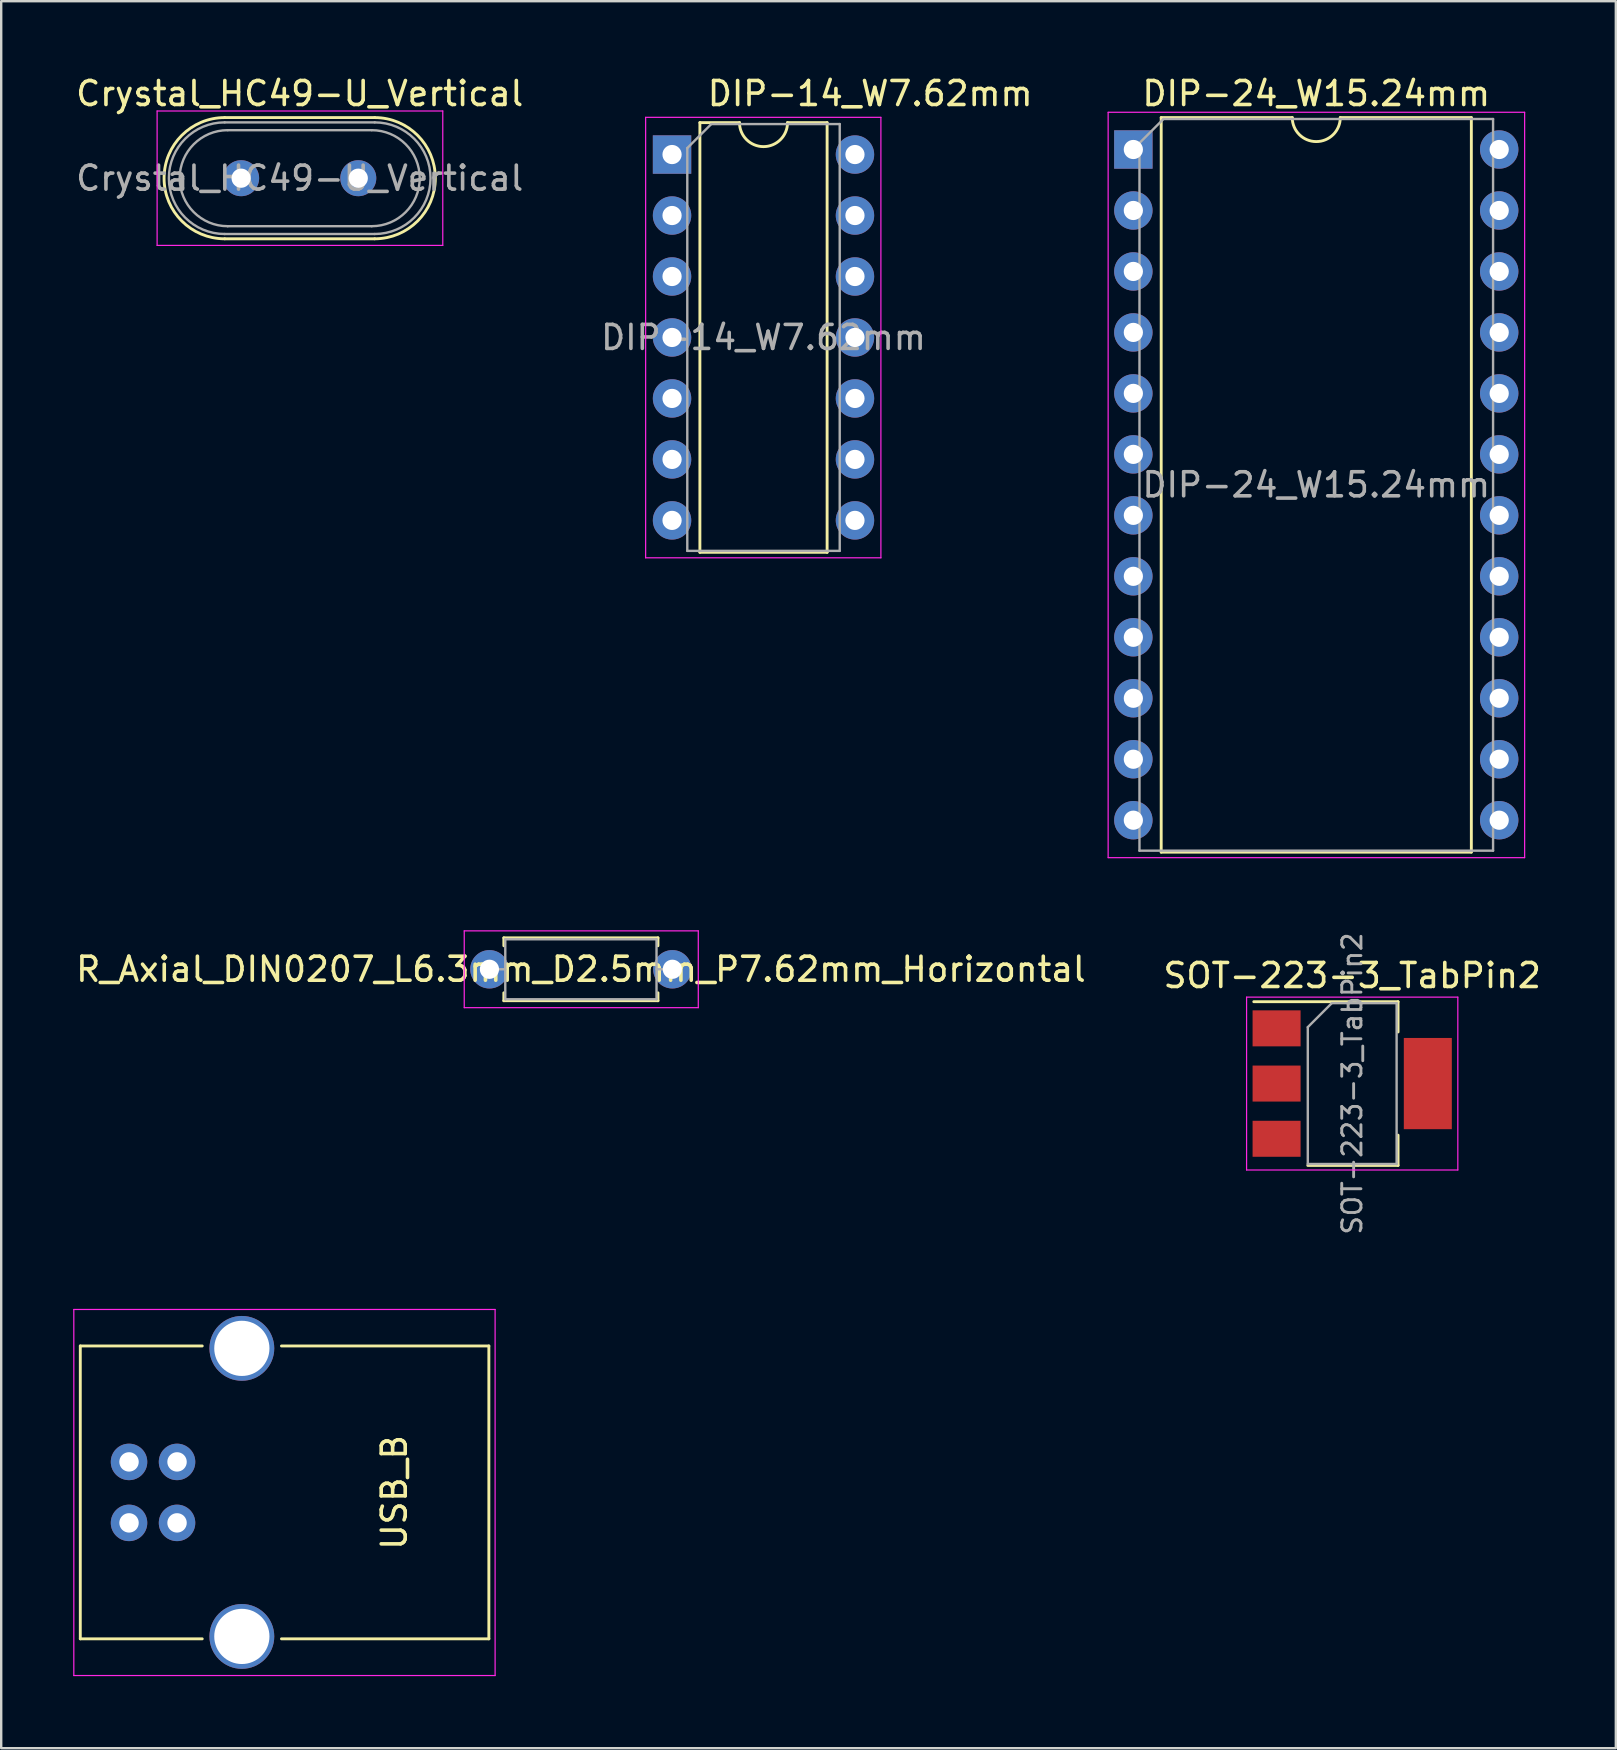
<source format=kicad_pcb>
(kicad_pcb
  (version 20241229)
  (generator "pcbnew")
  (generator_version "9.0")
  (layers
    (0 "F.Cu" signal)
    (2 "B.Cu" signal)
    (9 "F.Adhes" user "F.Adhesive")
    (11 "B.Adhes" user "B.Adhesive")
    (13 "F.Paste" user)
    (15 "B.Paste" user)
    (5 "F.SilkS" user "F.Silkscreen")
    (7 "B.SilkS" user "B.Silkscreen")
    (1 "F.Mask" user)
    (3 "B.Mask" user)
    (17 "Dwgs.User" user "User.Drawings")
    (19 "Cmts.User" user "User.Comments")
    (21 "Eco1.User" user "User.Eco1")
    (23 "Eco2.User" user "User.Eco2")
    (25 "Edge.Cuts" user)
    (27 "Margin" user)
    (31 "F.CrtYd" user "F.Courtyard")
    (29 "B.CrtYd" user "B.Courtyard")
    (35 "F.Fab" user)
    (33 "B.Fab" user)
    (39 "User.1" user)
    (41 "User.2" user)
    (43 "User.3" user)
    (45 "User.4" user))
  (footprint "R_Axial_DIN0207_L6.3mm_D2.5mm_P7.62mm_Horizontal"
    (layer "F.Cu")
    (at 17.339 37.328)
    (property "Reference" "R_Axial_DIN0207_L6.3mm_D2.5mm_P7.62mm_Horizontal" (at 3.81 0 0) (layer "F.SilkS") (effects (font (size 1 1) (thickness 0.15))))
    (attr through_hole)
    (fp_line (start 0.6 -1.31) (end 7.02 -1.31) (stroke (width 0.12) (type solid)) (layer "F.SilkS"))
    (fp_line (start 0.6 -0.98) (end 0.6 -1.31) (stroke (width 0.12) (type solid)) (layer "F.SilkS"))
    (fp_line (start 0.6 0.98) (end 0.6 1.31) (stroke (width 0.12) (type solid)) (layer "F.SilkS"))
    (fp_line (start 0.6 1.31) (end 7.02 1.31) (stroke (width 0.12) (type solid)) (layer "F.SilkS"))
    (fp_line (start 7.02 -1.31) (end 7.02 -0.98) (stroke (width 0.12) (type solid)) (layer "F.SilkS"))
    (fp_line (start 7.02 1.31) (end 7.02 0.98) (stroke (width 0.12) (type solid)) (layer "F.SilkS"))
    (fp_line (start -1.05 -1.6) (end -1.05 1.6) (stroke (width 0.05) (type solid)) (layer "F.CrtYd"))
    (fp_line (start -1.05 1.6) (end 8.7 1.6) (stroke (width 0.05) (type solid)) (layer "F.CrtYd"))
    (fp_line (start 8.7 -1.6) (end -1.05 -1.6) (stroke (width 0.05) (type solid)) (layer "F.CrtYd"))
    (fp_line (start 8.7 1.6) (end 8.7 -1.6) (stroke (width 0.05) (type solid)) (layer "F.CrtYd"))
    (fp_line (start 0 0) (end 0.66 0) (stroke (width 0.1) (type solid)) (layer "F.Fab"))
    (fp_line (start 0.66 -1.25) (end 0.66 1.25) (stroke (width 0.1) (type solid)) (layer "F.Fab"))
    (fp_line (start 0.66 1.25) (end 6.96 1.25) (stroke (width 0.1) (type solid)) (layer "F.Fab"))
    (fp_line (start 6.96 -1.25) (end 0.66 -1.25) (stroke (width 0.1) (type solid)) (layer "F.Fab"))
    (fp_line (start 6.96 1.25) (end 6.96 -1.25) (stroke (width 0.1) (type solid)) (layer "F.Fab"))
    (fp_line (start 7.62 0) (end 6.96 0) (stroke (width 0.1) (type solid)) (layer "F.Fab"))
    (pad "1" thru_hole circle (at 0 0) (size 1.6 1.6) (drill 0.8) (layers "*.Cu" "*.Mask"))
    (pad "2" thru_hole oval (at 7.62 0) (size 1.6 1.6) (drill 0.8) (layers "*.Cu" "*.Mask")))
  (footprint "DIP-14_W7.62mm"
    (layer "F.Cu")
    (at 24.946 3.388)
    (property "Reference" "DIP-14_W7.62mm" (at 8.255 -2.54 0) (layer "F.SilkS") (effects (font (size 1 1) (thickness 0.15))))
    (attr through_hole)
    (fp_line (start 1.16 -1.33) (end 1.16 16.57) (stroke (width 0.12) (type solid)) (layer "F.SilkS"))
    (fp_line (start 1.16 16.57) (end 6.46 16.57) (stroke (width 0.12) (type solid)) (layer "F.SilkS"))
    (fp_line (start 2.81 -1.33) (end 1.16 -1.33) (stroke (width 0.12) (type solid)) (layer "F.SilkS"))
    (fp_line (start 6.46 -1.33) (end 4.81 -1.33) (stroke (width 0.12) (type solid)) (layer "F.SilkS"))
    (fp_line (start 6.46 16.57) (end 6.46 -1.33) (stroke (width 0.12) (type solid)) (layer "F.SilkS"))
    (fp_arc (start 4.81 -1.33) (mid 3.81 -0.33) (end 2.81 -1.33) (stroke (width 0.12) (type solid)) (layer "F.SilkS"))
    (fp_line (start -1.1 -1.55) (end -1.1 16.8) (stroke (width 0.05) (type solid)) (layer "F.CrtYd"))
    (fp_line (start -1.1 16.8) (end 8.7 16.8) (stroke (width 0.05) (type solid)) (layer "F.CrtYd"))
    (fp_line (start 8.7 -1.55) (end -1.1 -1.55) (stroke (width 0.05) (type solid)) (layer "F.CrtYd"))
    (fp_line (start 8.7 16.8) (end 8.7 -1.55) (stroke (width 0.05) (type solid)) (layer "F.CrtYd"))
    (fp_line (start 0.635 -0.27) (end 1.635 -1.27) (stroke (width 0.1) (type solid)) (layer "F.Fab"))
    (fp_line (start 0.635 16.51) (end 0.635 -0.27) (stroke (width 0.1) (type solid)) (layer "F.Fab"))
    (fp_line (start 1.635 -1.27) (end 6.985 -1.27) (stroke (width 0.1) (type solid)) (layer "F.Fab"))
    (fp_line (start 6.985 -1.27) (end 6.985 16.51) (stroke (width 0.1) (type solid)) (layer "F.Fab"))
    (fp_line (start 6.985 16.51) (end 0.635 16.51) (stroke (width 0.1) (type solid)) (layer "F.Fab"))
    (fp_text user "${REFERENCE}" (at 3.81 7.62 0) (layer "F.Fab") (effects (font (size 1 1) (thickness 0.15))))
    (pad "1" thru_hole rect (at 0 0) (size 1.6 1.6) (drill 0.8) (layers "*.Cu" "*.Mask"))
    (pad "2" thru_hole oval (at 0 2.54) (size 1.6 1.6) (drill 0.8) (layers "*.Cu" "*.Mask"))
    (pad "3" thru_hole oval (at 0 5.08) (size 1.6 1.6) (drill 0.8) (layers "*.Cu" "*.Mask"))
    (pad "4" thru_hole oval (at 0 7.62) (size 1.6 1.6) (drill 0.8) (layers "*.Cu" "*.Mask"))
    (pad "5" thru_hole oval (at 0 10.16) (size 1.6 1.6) (drill 0.8) (layers "*.Cu" "*.Mask"))
    (pad "6" thru_hole oval (at 0 12.7) (size 1.6 1.6) (drill 0.8) (layers "*.Cu" "*.Mask"))
    (pad "7" thru_hole oval (at 0 15.24) (size 1.6 1.6) (drill 0.8) (layers "*.Cu" "*.Mask"))
    (pad "8" thru_hole oval (at 7.62 15.24) (size 1.6 1.6) (drill 0.8) (layers "*.Cu" "*.Mask"))
    (pad "9" thru_hole oval (at 7.62 12.7) (size 1.6 1.6) (drill 0.8) (layers "*.Cu" "*.Mask"))
    (pad "10" thru_hole oval (at 7.62 10.16) (size 1.6 1.6) (drill 0.8) (layers "*.Cu" "*.Mask"))
    (pad "11" thru_hole oval (at 7.62 7.62) (size 1.6 1.6) (drill 0.8) (layers "*.Cu" "*.Mask"))
    (pad "12" thru_hole oval (at 7.62 5.08) (size 1.6 1.6) (drill 0.8) (layers "*.Cu" "*.Mask"))
    (pad "13" thru_hole oval (at 7.62 2.54) (size 1.6 1.6) (drill 0.8) (layers "*.Cu" "*.Mask"))
    (pad "14" thru_hole oval (at 7.62 0) (size 1.6 1.6) (drill 0.8) (layers "*.Cu" "*.Mask")))
  (footprint "Crystal_HC49-U_Vertical"
    (layer "F.Cu")
    (at 6.995 4.373)
    (property "Reference" "Crystal_HC49-U_Vertical" (at 2.44 -3.525 0) (layer "F.SilkS") (effects (font (size 1 1) (thickness 0.15))))
    (attr through_hole)
    (fp_line (start -0.685 -2.525) (end 5.565 -2.525) (stroke (width 0.12) (type solid)) (layer "F.SilkS"))
    (fp_line (start -0.685 2.525) (end 5.565 2.525) (stroke (width 0.12) (type solid)) (layer "F.SilkS"))
    (fp_arc (start -0.685 2.525) (mid -3.21 0) (end -0.685 -2.525) (stroke (width 0.12) (type solid)) (layer "F.SilkS"))
    (fp_arc (start 5.565 -2.525) (mid 8.09 0) (end 5.565 2.525) (stroke (width 0.12) (type solid)) (layer "F.SilkS"))
    (fp_line (start -3.5 -2.8) (end -3.5 2.8) (stroke (width 0.05) (type solid)) (layer "F.CrtYd"))
    (fp_line (start -3.5 2.8) (end 8.4 2.8) (stroke (width 0.05) (type solid)) (layer "F.CrtYd"))
    (fp_line (start 8.4 -2.8) (end -3.5 -2.8) (stroke (width 0.05) (type solid)) (layer "F.CrtYd"))
    (fp_line (start 8.4 2.8) (end 8.4 -2.8) (stroke (width 0.05) (type solid)) (layer "F.CrtYd"))
    (fp_line (start -0.685 -2.325) (end 5.565 -2.325) (stroke (width 0.1) (type solid)) (layer "F.Fab"))
    (fp_line (start -0.685 2.325) (end 5.565 2.325) (stroke (width 0.1) (type solid)) (layer "F.Fab"))
    (fp_line (start -0.56 -2) (end 5.44 -2) (stroke (width 0.1) (type solid)) (layer "F.Fab"))
    (fp_line (start -0.56 2) (end 5.44 2) (stroke (width 0.1) (type solid)) (layer "F.Fab"))
    (fp_arc (start -0.685 2.325) (mid -3.01 0) (end -0.685 -2.325) (stroke (width 0.1) (type solid)) (layer "F.Fab"))
    (fp_arc (start -0.56 2) (mid -2.56 0) (end -0.56 -2) (stroke (width 0.1) (type solid)) (layer "F.Fab"))
    (fp_arc (start 5.44 -2) (mid 7.44 0) (end 5.44 2) (stroke (width 0.1) (type solid)) (layer "F.Fab"))
    (fp_arc (start 5.565 -2.325) (mid 7.89 0) (end 5.565 2.325) (stroke (width 0.1) (type solid)) (layer "F.Fab"))
    (fp_text user "${REFERENCE}" (at 2.44 0 0) (layer "F.Fab") (effects (font (size 1 1) (thickness 0.15))))
    (pad "1" thru_hole circle (at 0 0) (size 1.5 1.5) (drill 0.8) (layers "*.Cu" "*.Mask"))
    (pad "2" thru_hole circle (at 4.88 0) (size 1.5 1.5) (drill 0.8) (layers "*.Cu" "*.Mask")))
  (footprint "USB_B"
    (layer "F.Cu")
    (at 2.325 57.85)
    (property "Reference" "USB_B" (at 11.05 1.27 90) (layer "F.SilkS") (effects (font (size 1 1) (thickness 0.15))))
    (attr through_hole)
    (fp_line (start -2.03 -4.83) (end 3.05 -4.83) (stroke (width 0.12) (type solid)) (layer "F.SilkS"))
    (fp_line (start -2.03 7.37) (end -2.03 -4.83) (stroke (width 0.12) (type solid)) (layer "F.SilkS"))
    (fp_line (start -2.03 7.37) (end 3.05 7.37) (stroke (width 0.12) (type solid)) (layer "F.SilkS"))
    (fp_line (start 6.35 -4.83) (end 14.99 -4.83) (stroke (width 0.12) (type solid)) (layer "F.SilkS"))
    (fp_line (start 6.35 7.37) (end 14.99 7.37) (stroke (width 0.12) (type solid)) (layer "F.SilkS"))
    (fp_line (start 14.99 -4.83) (end 14.99 7.37) (stroke (width 0.12) (type solid)) (layer "F.SilkS"))
    (fp_line (start -2.3 -6.35) (end 15.25 -6.35) (stroke (width 0.05) (type solid)) (layer "F.CrtYd"))
    (fp_line (start -2.3 8.9) (end -2.3 -6.35) (stroke (width 0.05) (type solid)) (layer "F.CrtYd"))
    (fp_line (start 15.25 -6.35) (end 15.25 8.9) (stroke (width 0.05) (type solid)) (layer "F.CrtYd"))
    (fp_line (start 15.25 8.9) (end -2.3 8.9) (stroke (width 0.05) (type solid)) (layer "F.CrtYd"))
    (pad "1" thru_hole circle (at 0 0 270) (size 1.52 1.52) (drill 0.81) (layers "*.Cu" "*.Mask"))
    (pad "2" thru_hole circle (at 0 2.54 270) (size 1.52 1.52) (drill 0.81) (layers "*.Cu" "*.Mask"))
    (pad "3" thru_hole circle (at 2 2.54 270) (size 1.52 1.52) (drill 0.81) (layers "*.Cu" "*.Mask"))
    (pad "4" thru_hole circle (at 2 0 270) (size 1.52 1.52) (drill 0.81) (layers "*.Cu" "*.Mask"))
    (pad "5" thru_hole circle (at 4.7 -4.73 270) (size 2.7 2.7) (drill 2.3) (layers "*.Cu" "*.Mask"))
    (pad "5" thru_hole circle (at 4.7 7.27 270) (size 2.7 2.7) (drill 2.3) (layers "*.Cu" "*.Mask")))
  (footprint "DIP-24_W15.24mm"
    (layer "F.Cu")
    (at 44.163 3.178)
    (property "Reference" "DIP-24_W15.24mm" (at 7.62 -2.33 0) (layer "F.SilkS") (effects (font (size 1 1) (thickness 0.15))))
    (attr through_hole)
    (fp_line (start 1.16 -1.33) (end 1.16 29.27) (stroke (width 0.12) (type solid)) (layer "F.SilkS"))
    (fp_line (start 1.16 29.27) (end 14.08 29.27) (stroke (width 0.12) (type solid)) (layer "F.SilkS"))
    (fp_line (start 6.62 -1.33) (end 1.16 -1.33) (stroke (width 0.12) (type solid)) (layer "F.SilkS"))
    (fp_line (start 14.08 -1.33) (end 8.62 -1.33) (stroke (width 0.12) (type solid)) (layer "F.SilkS"))
    (fp_line (start 14.08 29.27) (end 14.08 -1.33) (stroke (width 0.12) (type solid)) (layer "F.SilkS"))
    (fp_arc (start 8.62 -1.33) (mid 7.62 -0.33) (end 6.62 -1.33) (stroke (width 0.12) (type solid)) (layer "F.SilkS"))
    (fp_line (start -1.05 -1.55) (end -1.05 29.5) (stroke (width 0.05) (type solid)) (layer "F.CrtYd"))
    (fp_line (start -1.05 29.5) (end 16.3 29.5) (stroke (width 0.05) (type solid)) (layer "F.CrtYd"))
    (fp_line (start 16.3 -1.55) (end -1.05 -1.55) (stroke (width 0.05) (type solid)) (layer "F.CrtYd"))
    (fp_line (start 16.3 29.5) (end 16.3 -1.55) (stroke (width 0.05) (type solid)) (layer "F.CrtYd"))
    (fp_line (start 0.255 -0.27) (end 1.255 -1.27) (stroke (width 0.1) (type solid)) (layer "F.Fab"))
    (fp_line (start 0.255 29.21) (end 0.255 -0.27) (stroke (width 0.1) (type solid)) (layer "F.Fab"))
    (fp_line (start 1.255 -1.27) (end 14.985 -1.27) (stroke (width 0.1) (type solid)) (layer "F.Fab"))
    (fp_line (start 14.985 -1.27) (end 14.985 29.21) (stroke (width 0.1) (type solid)) (layer "F.Fab"))
    (fp_line (start 14.985 29.21) (end 0.255 29.21) (stroke (width 0.1) (type solid)) (layer "F.Fab"))
    (fp_text user "${REFERENCE}" (at 7.62 13.97 0) (layer "F.Fab") (effects (font (size 1 1) (thickness 0.15))))
    (pad "1" thru_hole rect (at 0 0) (size 1.6 1.6) (drill 0.8) (layers "*.Cu" "*.Mask"))
    (pad "2" thru_hole oval (at 0 2.54) (size 1.6 1.6) (drill 0.8) (layers "*.Cu" "*.Mask"))
    (pad "3" thru_hole oval (at 0 5.08) (size 1.6 1.6) (drill 0.8) (layers "*.Cu" "*.Mask"))
    (pad "4" thru_hole oval (at 0 7.62) (size 1.6 1.6) (drill 0.8) (layers "*.Cu" "*.Mask"))
    (pad "5" thru_hole oval (at 0 10.16) (size 1.6 1.6) (drill 0.8) (layers "*.Cu" "*.Mask"))
    (pad "6" thru_hole oval (at 0 12.7) (size 1.6 1.6) (drill 0.8) (layers "*.Cu" "*.Mask"))
    (pad "7" thru_hole oval (at 0 15.24) (size 1.6 1.6) (drill 0.8) (layers "*.Cu" "*.Mask"))
    (pad "8" thru_hole oval (at 0 17.78) (size 1.6 1.6) (drill 0.8) (layers "*.Cu" "*.Mask"))
    (pad "9" thru_hole oval (at 0 20.32) (size 1.6 1.6) (drill 0.8) (layers "*.Cu" "*.Mask"))
    (pad "10" thru_hole oval (at 0 22.86) (size 1.6 1.6) (drill 0.8) (layers "*.Cu" "*.Mask"))
    (pad "11" thru_hole oval (at 0 25.4) (size 1.6 1.6) (drill 0.8) (layers "*.Cu" "*.Mask"))
    (pad "12" thru_hole oval (at 0 27.94) (size 1.6 1.6) (drill 0.8) (layers "*.Cu" "*.Mask"))
    (pad "13" thru_hole oval (at 15.24 27.94) (size 1.6 1.6) (drill 0.8) (layers "*.Cu" "*.Mask"))
    (pad "14" thru_hole oval (at 15.24 25.4) (size 1.6 1.6) (drill 0.8) (layers "*.Cu" "*.Mask"))
    (pad "15" thru_hole oval (at 15.24 22.86) (size 1.6 1.6) (drill 0.8) (layers "*.Cu" "*.Mask"))
    (pad "16" thru_hole oval (at 15.24 20.32) (size 1.6 1.6) (drill 0.8) (layers "*.Cu" "*.Mask"))
    (pad "17" thru_hole oval (at 15.24 17.78) (size 1.6 1.6) (drill 0.8) (layers "*.Cu" "*.Mask"))
    (pad "18" thru_hole oval (at 15.24 15.24) (size 1.6 1.6) (drill 0.8) (layers "*.Cu" "*.Mask"))
    (pad "19" thru_hole oval (at 15.24 12.7) (size 1.6 1.6) (drill 0.8) (layers "*.Cu" "*.Mask"))
    (pad "20" thru_hole oval (at 15.24 10.16) (size 1.6 1.6) (drill 0.8) (layers "*.Cu" "*.Mask"))
    (pad "21" thru_hole oval (at 15.24 7.62) (size 1.6 1.6) (drill 0.8) (layers "*.Cu" "*.Mask"))
    (pad "22" thru_hole oval (at 15.24 5.08) (size 1.6 1.6) (drill 0.8) (layers "*.Cu" "*.Mask"))
    (pad "23" thru_hole oval (at 15.24 2.54) (size 1.6 1.6) (drill 0.8) (layers "*.Cu" "*.Mask"))
    (pad "24" thru_hole oval (at 15.24 0) (size 1.6 1.6) (drill 0.8) (layers "*.Cu" "*.Mask")))
  (footprint "SOT-223-3_TabPin2"
    (layer "F.Cu")
    (at 53.28 42.089)
    (property "Reference" "SOT-223-3_TabPin2" (at 0 -4.5 0) (layer "F.SilkS") (effects (font (size 1 1) (thickness 0.15))))
    (attr smd)
    (fp_line (start -4.1 -3.41) (end 1.91 -3.41) (stroke (width 0.12) (type solid)) (layer "F.SilkS"))
    (fp_line (start -1.85 3.41) (end 1.91 3.41) (stroke (width 0.12) (type solid)) (layer "F.SilkS"))
    (fp_line (start 1.91 -3.41) (end 1.91 -2.15) (stroke (width 0.12) (type solid)) (layer "F.SilkS"))
    (fp_line (start 1.91 3.41) (end 1.91 2.15) (stroke (width 0.12) (type solid)) (layer "F.SilkS"))
    (fp_line (start -4.4 -3.6) (end -4.4 3.6) (stroke (width 0.05) (type solid)) (layer "F.CrtYd"))
    (fp_line (start -4.4 3.6) (end 4.4 3.6) (stroke (width 0.05) (type solid)) (layer "F.CrtYd"))
    (fp_line (start 4.4 -3.6) (end -4.4 -3.6) (stroke (width 0.05) (type solid)) (layer "F.CrtYd"))
    (fp_line (start 4.4 3.6) (end 4.4 -3.6) (stroke (width 0.05) (type solid)) (layer "F.CrtYd"))
    (fp_line (start -1.85 -2.35) (end -1.85 3.35) (stroke (width 0.1) (type solid)) (layer "F.Fab"))
    (fp_line (start -1.85 -2.35) (end -0.85 -3.35) (stroke (width 0.1) (type solid)) (layer "F.Fab"))
    (fp_line (start -1.85 3.35) (end 1.85 3.35) (stroke (width 0.1) (type solid)) (layer "F.Fab"))
    (fp_line (start -0.85 -3.35) (end 1.85 -3.35) (stroke (width 0.1) (type solid)) (layer "F.Fab"))
    (fp_line (start 1.85 -3.35) (end 1.85 3.35) (stroke (width 0.1) (type solid)) (layer "F.Fab"))
    (fp_text user "${REFERENCE}" (at 0 0 90) (layer "F.Fab") (effects (font (size 0.8 0.8) (thickness 0.12))))
    (pad "1" smd rect (at -3.15 -2.3) (size 2 1.5) (layers "F.Cu" "F.Mask" "F.Paste"))
    (pad "2" smd rect (at -3.15 0) (size 2 1.5) (layers "F.Cu" "F.Mask" "F.Paste"))
    (pad "2" smd rect (at 3.15 0) (size 2 3.8) (layers "F.Cu" "F.Mask" "F.Paste"))
    (pad "3" smd rect (at -3.15 2.3) (size 2 1.5) (layers "F.Cu" "F.Mask" "F.Paste")))
  (gr_rect
    (start -3 -3)
    (end 64.262 69.775)
    (stroke (width 0.1) (type default))
    (fill no)
    (layer "Edge.Cuts")))
</source>
